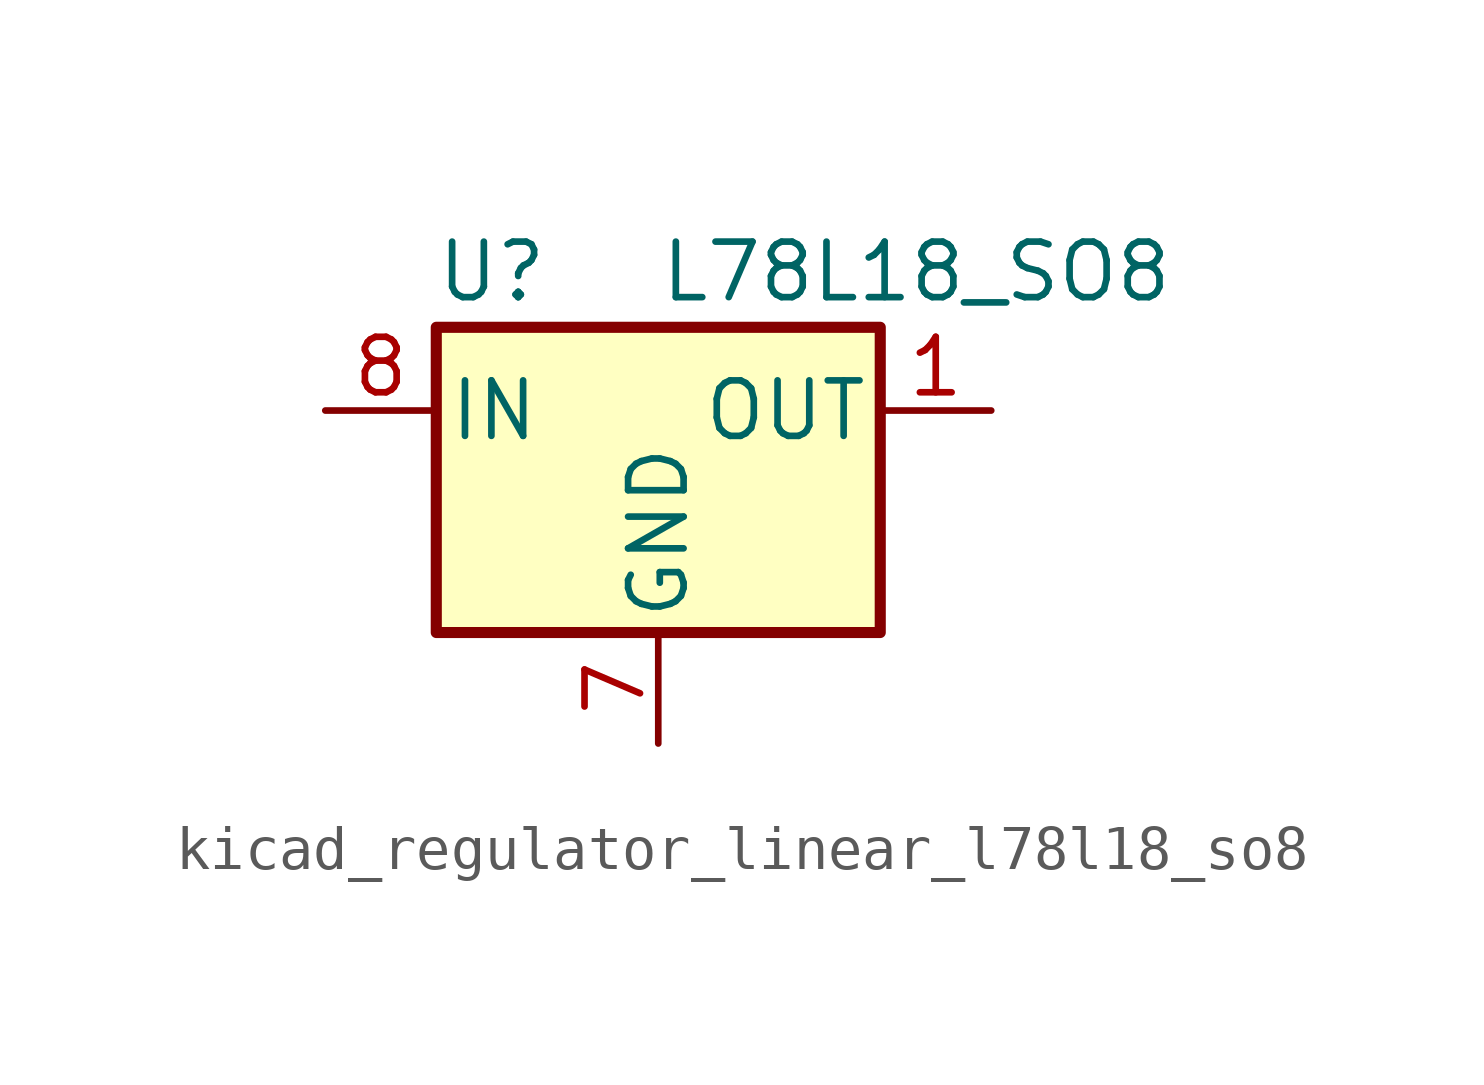
<source format=kicad_sym>
(kicad_symbol_lib
  (version 20220914)
  (generator kicad_symbol_editor)
  (symbol "kicad_regulator_linear_l78l18_so8"
    (pin_names
      (offset 0.254))
    (property "Reference" "U"
      (at -3.81 3.175 0)
      (effects (font (size 1.27 1.27))))
    (property "Value" "L78L18_SO8"
      (at 0 3.175 0)
      (effects (font (size 1.27 1.27)) (justify left)))
    (symbol "kicad_regulator_linear_l78l18_so8_0_1"
      (rectangle (start -5.08 1.905) (end 5.08 -5.08) (stroke (width 0.254) (type default)) (fill (type background))))
    (symbol "kicad_regulator_linear_l78l18_so8_1_1"
      (pin power_out line (at 7.62 0 180) (length 2.54) (name "OUT" (effects (font (size 1.27 1.27)))) (number "1" (effects (font (size 1.27 1.27)))))
      (pin passive line (at 0 -7.62 90) (length 2.54) hide (name "GND" (effects (font (size 1.27 1.27)))) (number "2" (effects (font (size 1.27 1.27)))))
      (pin passive line (at 0 -7.62 90) (length 2.54) hide (name "GND" (effects (font (size 1.27 1.27)))) (number "3" (effects (font (size 1.27 1.27)))))
      (pin no_connect line (at -5.08 -2.54 0) (length 2.54) hide (name "NC" (effects (font (size 1.27 1.27)))) (number "4" (effects (font (size 1.27 1.27)))))
      (pin no_connect line (at 5.08 -2.54 180) (length 2.54) hide (name "NC" (effects (font (size 1.27 1.27)))) (number "5" (effects (font (size 1.27 1.27)))))
      (pin passive line (at 0 -7.62 90) (length 2.54) hide (name "GND" (effects (font (size 1.27 1.27)))) (number "6" (effects (font (size 1.27 1.27)))))
      (pin power_in line (at 0 -7.62 90) (length 2.54) (name "GND" (effects (font (size 1.27 1.27)))) (number "7" (effects (font (size 1.27 1.27)))))
      (pin power_in line (at -7.62 0 0) (length 2.54) (name "IN" (effects (font (size 1.27 1.27)))) (number "8" (effects (font (size 1.27 1.27))))))))
</source>
